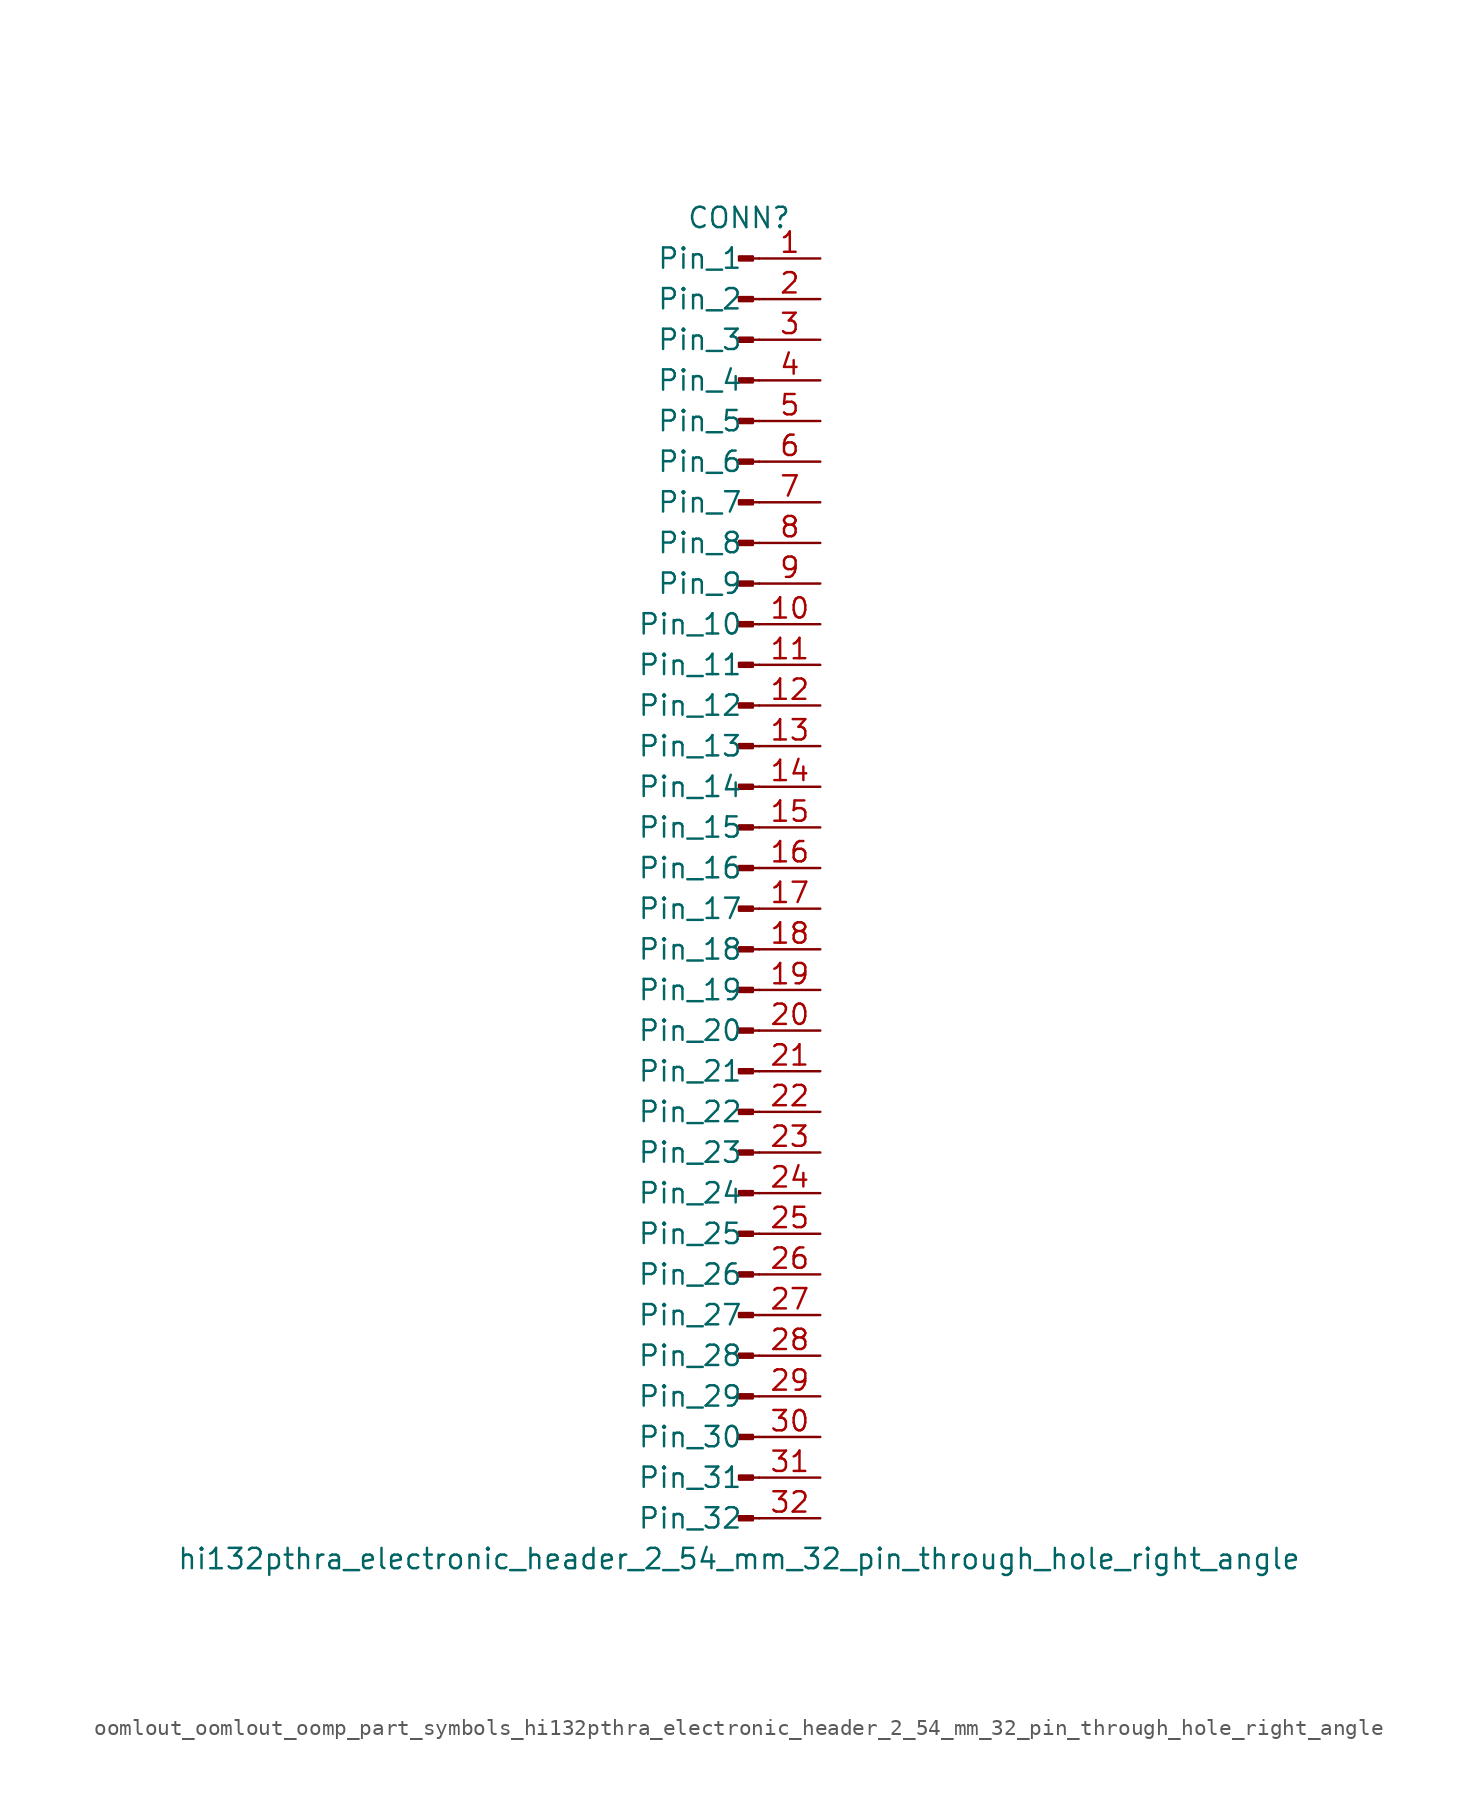
<source format=kicad_sym>
(kicad_symbol_lib
  (version 20220914)
  (generator kicad_symbol_editor)
  (symbol "oomlout_oomlout_oomp_part_symbols_hi132pthra_electronic_header_2_54_mm_32_pin_through_hole_right_angle"
    (pin_names
      (offset 1.016))
    (property "Reference" "CONN"
      (at 0 40.64 0)
      (effects (font (size 1.27 1.27))))
    (property "Value" "hi132pthra_electronic_header_2_54_mm_32_pin_through_hole_right_angle"
      (at 0 -43.18 0)
      (effects (font (size 1.27 1.27))))
    (property "ki_locked" ""
      (at 0 0 0)
      (effects (font (size 1.27 1.27))))
    (symbol "oomlout_oomlout_oomp_part_symbols_hi132pthra_electronic_header_2_54_mm_32_pin_through_hole_right_angle_1_1"
      (polyline (pts (xy 1.27 -40.64) (xy 0.864 -40.64)) (stroke (width 0.152) (type default)) (fill (type none)))
      (polyline (pts (xy 1.27 -38.1) (xy 0.864 -38.1)) (stroke (width 0.152) (type default)) (fill (type none)))
      (polyline (pts (xy 1.27 -35.56) (xy 0.864 -35.56)) (stroke (width 0.152) (type default)) (fill (type none)))
      (polyline (pts (xy 1.27 -33.02) (xy 0.864 -33.02)) (stroke (width 0.152) (type default)) (fill (type none)))
      (polyline (pts (xy 1.27 -30.48) (xy 0.864 -30.48)) (stroke (width 0.152) (type default)) (fill (type none)))
      (polyline (pts (xy 1.27 -27.94) (xy 0.864 -27.94)) (stroke (width 0.152) (type default)) (fill (type none)))
      (polyline (pts (xy 1.27 -25.4) (xy 0.864 -25.4)) (stroke (width 0.152) (type default)) (fill (type none)))
      (polyline (pts (xy 1.27 -22.86) (xy 0.864 -22.86)) (stroke (width 0.152) (type default)) (fill (type none)))
      (polyline (pts (xy 1.27 -20.32) (xy 0.864 -20.32)) (stroke (width 0.152) (type default)) (fill (type none)))
      (polyline (pts (xy 1.27 -17.78) (xy 0.864 -17.78)) (stroke (width 0.152) (type default)) (fill (type none)))
      (polyline (pts (xy 1.27 -15.24) (xy 0.864 -15.24)) (stroke (width 0.152) (type default)) (fill (type none)))
      (polyline (pts (xy 1.27 -12.7) (xy 0.864 -12.7)) (stroke (width 0.152) (type default)) (fill (type none)))
      (polyline (pts (xy 1.27 -10.16) (xy 0.864 -10.16)) (stroke (width 0.152) (type default)) (fill (type none)))
      (polyline (pts (xy 1.27 -7.62) (xy 0.864 -7.62)) (stroke (width 0.152) (type default)) (fill (type none)))
      (polyline (pts (xy 1.27 -5.08) (xy 0.864 -5.08)) (stroke (width 0.152) (type default)) (fill (type none)))
      (polyline (pts (xy 1.27 -2.54) (xy 0.864 -2.54)) (stroke (width 0.152) (type default)) (fill (type none)))
      (polyline (pts (xy 1.27 0) (xy 0.864 0)) (stroke (width 0.152) (type default)) (fill (type none)))
      (polyline (pts (xy 1.27 2.54) (xy 0.864 2.54)) (stroke (width 0.152) (type default)) (fill (type none)))
      (polyline (pts (xy 1.27 5.08) (xy 0.864 5.08)) (stroke (width 0.152) (type default)) (fill (type none)))
      (polyline (pts (xy 1.27 7.62) (xy 0.864 7.62)) (stroke (width 0.152) (type default)) (fill (type none)))
      (polyline (pts (xy 1.27 10.16) (xy 0.864 10.16)) (stroke (width 0.152) (type default)) (fill (type none)))
      (polyline (pts (xy 1.27 12.7) (xy 0.864 12.7)) (stroke (width 0.152) (type default)) (fill (type none)))
      (polyline (pts (xy 1.27 15.24) (xy 0.864 15.24)) (stroke (width 0.152) (type default)) (fill (type none)))
      (polyline (pts (xy 1.27 17.78) (xy 0.864 17.78)) (stroke (width 0.152) (type default)) (fill (type none)))
      (polyline (pts (xy 1.27 20.32) (xy 0.864 20.32)) (stroke (width 0.152) (type default)) (fill (type none)))
      (polyline (pts (xy 1.27 22.86) (xy 0.864 22.86)) (stroke (width 0.152) (type default)) (fill (type none)))
      (polyline (pts (xy 1.27 25.4) (xy 0.864 25.4)) (stroke (width 0.152) (type default)) (fill (type none)))
      (polyline (pts (xy 1.27 27.94) (xy 0.864 27.94)) (stroke (width 0.152) (type default)) (fill (type none)))
      (polyline (pts (xy 1.27 30.48) (xy 0.864 30.48)) (stroke (width 0.152) (type default)) (fill (type none)))
      (polyline (pts (xy 1.27 33.02) (xy 0.864 33.02)) (stroke (width 0.152) (type default)) (fill (type none)))
      (polyline (pts (xy 1.27 35.56) (xy 0.864 35.56)) (stroke (width 0.152) (type default)) (fill (type none)))
      (polyline (pts (xy 1.27 38.1) (xy 0.864 38.1)) (stroke (width 0.152) (type default)) (fill (type none)))
      (rectangle (start 0.864 -40.513) (end 0 -40.767) (stroke (width 0.152) (type default)) (fill (type outline)))
      (rectangle (start 0.864 -37.973) (end 0 -38.227) (stroke (width 0.152) (type default)) (fill (type outline)))
      (rectangle (start 0.864 -35.433) (end 0 -35.687) (stroke (width 0.152) (type default)) (fill (type outline)))
      (rectangle (start 0.864 -32.893) (end 0 -33.147) (stroke (width 0.152) (type default)) (fill (type outline)))
      (rectangle (start 0.864 -30.353) (end 0 -30.607) (stroke (width 0.152) (type default)) (fill (type outline)))
      (rectangle (start 0.864 -27.813) (end 0 -28.067) (stroke (width 0.152) (type default)) (fill (type outline)))
      (rectangle (start 0.864 -25.273) (end 0 -25.527) (stroke (width 0.152) (type default)) (fill (type outline)))
      (rectangle (start 0.864 -22.733) (end 0 -22.987) (stroke (width 0.152) (type default)) (fill (type outline)))
      (rectangle (start 0.864 -20.193) (end 0 -20.447) (stroke (width 0.152) (type default)) (fill (type outline)))
      (rectangle (start 0.864 -17.653) (end 0 -17.907) (stroke (width 0.152) (type default)) (fill (type outline)))
      (rectangle (start 0.864 -15.113) (end 0 -15.367) (stroke (width 0.152) (type default)) (fill (type outline)))
      (rectangle (start 0.864 -12.573) (end 0 -12.827) (stroke (width 0.152) (type default)) (fill (type outline)))
      (rectangle (start 0.864 -10.033) (end 0 -10.287) (stroke (width 0.152) (type default)) (fill (type outline)))
      (rectangle (start 0.864 -7.493) (end 0 -7.747) (stroke (width 0.152) (type default)) (fill (type outline)))
      (rectangle (start 0.864 -4.953) (end 0 -5.207) (stroke (width 0.152) (type default)) (fill (type outline)))
      (rectangle (start 0.864 -2.413) (end 0 -2.667) (stroke (width 0.152) (type default)) (fill (type outline)))
      (rectangle (start 0.864 0.127) (end 0 -0.127) (stroke (width 0.152) (type default)) (fill (type outline)))
      (rectangle (start 0.864 2.667) (end 0 2.413) (stroke (width 0.152) (type default)) (fill (type outline)))
      (rectangle (start 0.864 5.207) (end 0 4.953) (stroke (width 0.152) (type default)) (fill (type outline)))
      (rectangle (start 0.864 7.747) (end 0 7.493) (stroke (width 0.152) (type default)) (fill (type outline)))
      (rectangle (start 0.864 10.287) (end 0 10.033) (stroke (width 0.152) (type default)) (fill (type outline)))
      (rectangle (start 0.864 12.827) (end 0 12.573) (stroke (width 0.152) (type default)) (fill (type outline)))
      (rectangle (start 0.864 15.367) (end 0 15.113) (stroke (width 0.152) (type default)) (fill (type outline)))
      (rectangle (start 0.864 17.907) (end 0 17.653) (stroke (width 0.152) (type default)) (fill (type outline)))
      (rectangle (start 0.864 20.447) (end 0 20.193) (stroke (width 0.152) (type default)) (fill (type outline)))
      (rectangle (start 0.864 22.987) (end 0 22.733) (stroke (width 0.152) (type default)) (fill (type outline)))
      (rectangle (start 0.864 25.527) (end 0 25.273) (stroke (width 0.152) (type default)) (fill (type outline)))
      (rectangle (start 0.864 28.067) (end 0 27.813) (stroke (width 0.152) (type default)) (fill (type outline)))
      (rectangle (start 0.864 30.607) (end 0 30.353) (stroke (width 0.152) (type default)) (fill (type outline)))
      (rectangle (start 0.864 33.147) (end 0 32.893) (stroke (width 0.152) (type default)) (fill (type outline)))
      (rectangle (start 0.864 35.687) (end 0 35.433) (stroke (width 0.152) (type default)) (fill (type outline)))
      (rectangle (start 0.864 38.227) (end 0 37.973) (stroke (width 0.152) (type default)) (fill (type outline)))
      (pin passive line (at 5.08 38.1 180) (length 3.81) (name "Pin_1" (effects (font (size 1.27 1.27)))) (number "1" (effects (font (size 1.27 1.27)))))
      (pin passive line (at 5.08 15.24 180) (length 3.81) (name "Pin_10" (effects (font (size 1.27 1.27)))) (number "10" (effects (font (size 1.27 1.27)))))
      (pin passive line (at 5.08 12.7 180) (length 3.81) (name "Pin_11" (effects (font (size 1.27 1.27)))) (number "11" (effects (font (size 1.27 1.27)))))
      (pin passive line (at 5.08 10.16 180) (length 3.81) (name "Pin_12" (effects (font (size 1.27 1.27)))) (number "12" (effects (font (size 1.27 1.27)))))
      (pin passive line (at 5.08 7.62 180) (length 3.81) (name "Pin_13" (effects (font (size 1.27 1.27)))) (number "13" (effects (font (size 1.27 1.27)))))
      (pin passive line (at 5.08 5.08 180) (length 3.81) (name "Pin_14" (effects (font (size 1.27 1.27)))) (number "14" (effects (font (size 1.27 1.27)))))
      (pin passive line (at 5.08 2.54 180) (length 3.81) (name "Pin_15" (effects (font (size 1.27 1.27)))) (number "15" (effects (font (size 1.27 1.27)))))
      (pin passive line (at 5.08 0 180) (length 3.81) (name "Pin_16" (effects (font (size 1.27 1.27)))) (number "16" (effects (font (size 1.27 1.27)))))
      (pin passive line (at 5.08 -2.54 180) (length 3.81) (name "Pin_17" (effects (font (size 1.27 1.27)))) (number "17" (effects (font (size 1.27 1.27)))))
      (pin passive line (at 5.08 -5.08 180) (length 3.81) (name "Pin_18" (effects (font (size 1.27 1.27)))) (number "18" (effects (font (size 1.27 1.27)))))
      (pin passive line (at 5.08 -7.62 180) (length 3.81) (name "Pin_19" (effects (font (size 1.27 1.27)))) (number "19" (effects (font (size 1.27 1.27)))))
      (pin passive line (at 5.08 35.56 180) (length 3.81) (name "Pin_2" (effects (font (size 1.27 1.27)))) (number "2" (effects (font (size 1.27 1.27)))))
      (pin passive line (at 5.08 -10.16 180) (length 3.81) (name "Pin_20" (effects (font (size 1.27 1.27)))) (number "20" (effects (font (size 1.27 1.27)))))
      (pin passive line (at 5.08 -12.7 180) (length 3.81) (name "Pin_21" (effects (font (size 1.27 1.27)))) (number "21" (effects (font (size 1.27 1.27)))))
      (pin passive line (at 5.08 -15.24 180) (length 3.81) (name "Pin_22" (effects (font (size 1.27 1.27)))) (number "22" (effects (font (size 1.27 1.27)))))
      (pin passive line (at 5.08 -17.78 180) (length 3.81) (name "Pin_23" (effects (font (size 1.27 1.27)))) (number "23" (effects (font (size 1.27 1.27)))))
      (pin passive line (at 5.08 -20.32 180) (length 3.81) (name "Pin_24" (effects (font (size 1.27 1.27)))) (number "24" (effects (font (size 1.27 1.27)))))
      (pin passive line (at 5.08 -22.86 180) (length 3.81) (name "Pin_25" (effects (font (size 1.27 1.27)))) (number "25" (effects (font (size 1.27 1.27)))))
      (pin passive line (at 5.08 -25.4 180) (length 3.81) (name "Pin_26" (effects (font (size 1.27 1.27)))) (number "26" (effects (font (size 1.27 1.27)))))
      (pin passive line (at 5.08 -27.94 180) (length 3.81) (name "Pin_27" (effects (font (size 1.27 1.27)))) (number "27" (effects (font (size 1.27 1.27)))))
      (pin passive line (at 5.08 -30.48 180) (length 3.81) (name "Pin_28" (effects (font (size 1.27 1.27)))) (number "28" (effects (font (size 1.27 1.27)))))
      (pin passive line (at 5.08 -33.02 180) (length 3.81) (name "Pin_29" (effects (font (size 1.27 1.27)))) (number "29" (effects (font (size 1.27 1.27)))))
      (pin passive line (at 5.08 33.02 180) (length 3.81) (name "Pin_3" (effects (font (size 1.27 1.27)))) (number "3" (effects (font (size 1.27 1.27)))))
      (pin passive line (at 5.08 -35.56 180) (length 3.81) (name "Pin_30" (effects (font (size 1.27 1.27)))) (number "30" (effects (font (size 1.27 1.27)))))
      (pin passive line (at 5.08 -38.1 180) (length 3.81) (name "Pin_31" (effects (font (size 1.27 1.27)))) (number "31" (effects (font (size 1.27 1.27)))))
      (pin passive line (at 5.08 -40.64 180) (length 3.81) (name "Pin_32" (effects (font (size 1.27 1.27)))) (number "32" (effects (font (size 1.27 1.27)))))
      (pin passive line (at 5.08 30.48 180) (length 3.81) (name "Pin_4" (effects (font (size 1.27 1.27)))) (number "4" (effects (font (size 1.27 1.27)))))
      (pin passive line (at 5.08 27.94 180) (length 3.81) (name "Pin_5" (effects (font (size 1.27 1.27)))) (number "5" (effects (font (size 1.27 1.27)))))
      (pin passive line (at 5.08 25.4 180) (length 3.81) (name "Pin_6" (effects (font (size 1.27 1.27)))) (number "6" (effects (font (size 1.27 1.27)))))
      (pin passive line (at 5.08 22.86 180) (length 3.81) (name "Pin_7" (effects (font (size 1.27 1.27)))) (number "7" (effects (font (size 1.27 1.27)))))
      (pin passive line (at 5.08 20.32 180) (length 3.81) (name "Pin_8" (effects (font (size 1.27 1.27)))) (number "8" (effects (font (size 1.27 1.27)))))
      (pin passive line (at 5.08 17.78 180) (length 3.81) (name "Pin_9" (effects (font (size 1.27 1.27)))) (number "9" (effects (font (size 1.27 1.27))))))))
</source>
